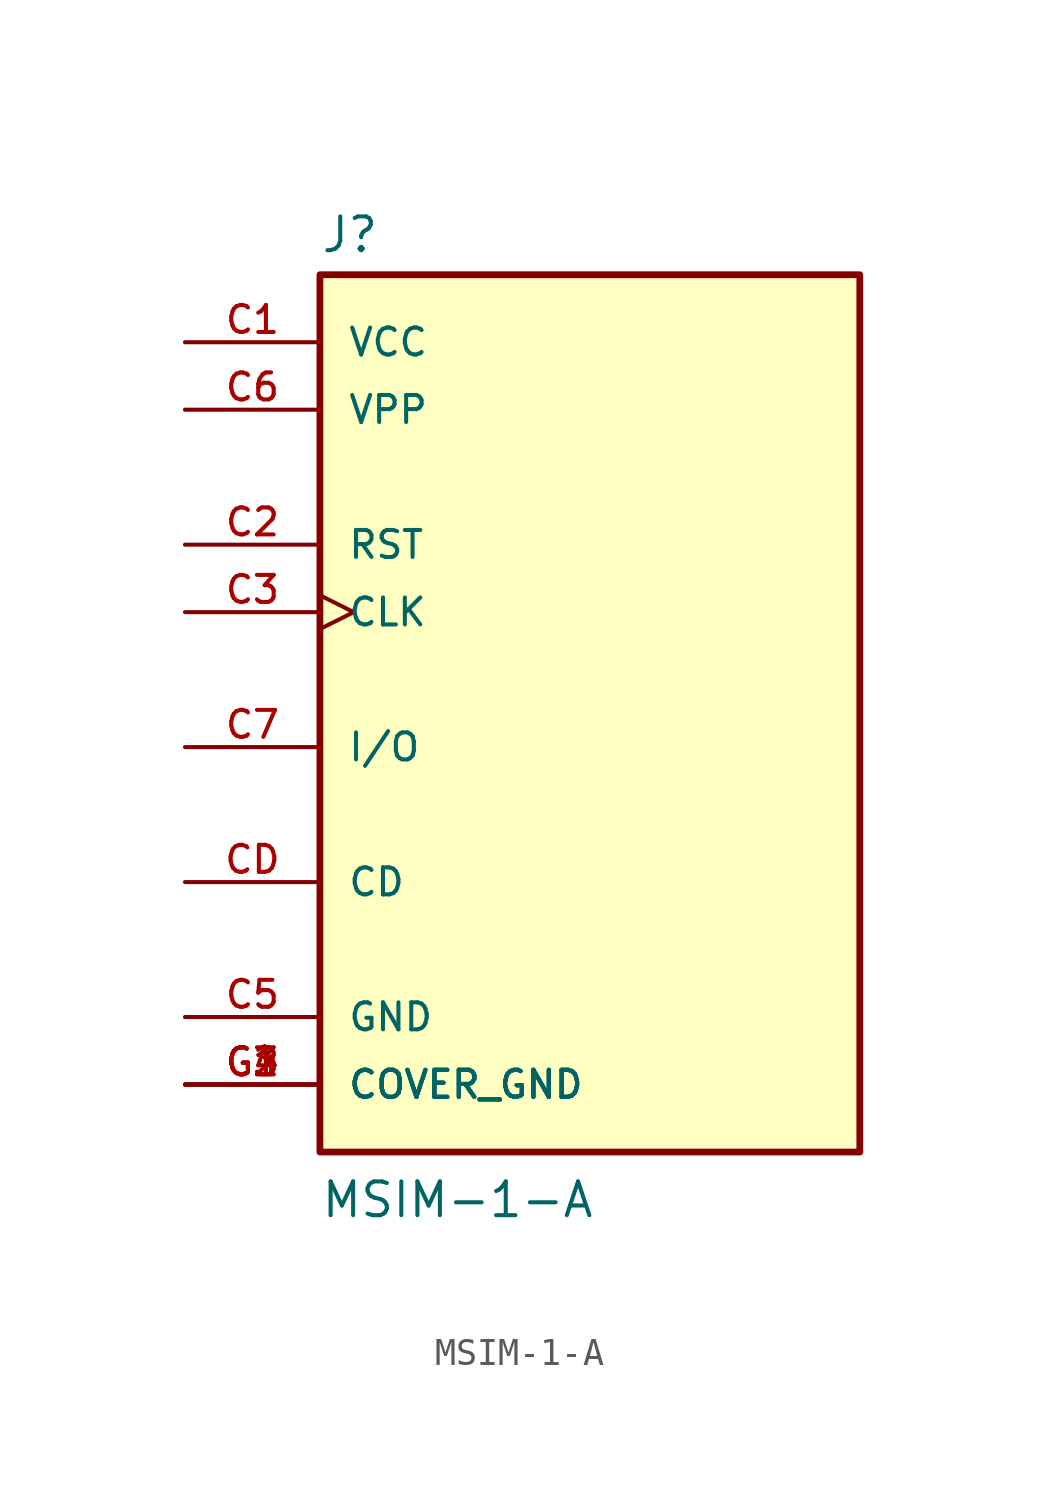
<source format=kicad_sym>
(kicad_symbol_lib
  (version 20211014)
  (generator kicad_symbol_editor)
  (symbol "MSIM-1-A"
    (pin_names
      (offset 1.016))
    (property "Reference" "J"
      (at -10.16 16.002 0)
      (effects (font (size 1.27 1.27)) (justify bottom left)))
    (property "Value" "MSIM-1-A"
      (at -10.16 -20.32 0)
      (effects (font (size 1.27 1.27)) (justify bottom left)))
    (symbol "MSIM-1-A_0_0"
      (rectangle (start -10.16 -17.78) (end 10.16 15.24) (stroke (width 0.254)) (fill (type background)))
      (pin power_in line (at -15.24 12.7 0) (length 5.08) (name "VCC" (effects (font (size 1.016 1.016)))) (number "C1" (effects (font (size 1.016 1.016)))))
      (pin input line (at -15.24 5.08 0) (length 5.08) (name "RST" (effects (font (size 1.016 1.016)))) (number "C2" (effects (font (size 1.016 1.016)))))
      (pin input clock (at -15.24 2.54 0) (length 5.08) (name "CLK" (effects (font (size 1.016 1.016)))) (number "C3" (effects (font (size 1.016 1.016)))))
      (pin power_in line (at -15.24 -12.7 0) (length 5.08) (name "GND" (effects (font (size 1.016 1.016)))) (number "C5" (effects (font (size 1.016 1.016)))))
      (pin power_in line (at -15.24 10.16 0) (length 5.08) (name "VPP" (effects (font (size 1.016 1.016)))) (number "C6" (effects (font (size 1.016 1.016)))))
      (pin bidirectional line (at -15.24 -2.54 0) (length 5.08) (name "I/O" (effects (font (size 1.016 1.016)))) (number "C7" (effects (font (size 1.016 1.016)))))
      (pin passive line (at -15.24 -7.62 0) (length 5.08) (name "CD" (effects (font (size 1.016 1.016)))) (number "CD" (effects (font (size 1.016 1.016)))))
      (pin power_in line (at -15.24 -15.24 0) (length 5.08) (name "COVER_GND" (effects (font (size 1.016 1.016)))) (number "G1" (effects (font (size 1.016 1.016)))))
      (pin power_in line (at -15.24 -15.24 0) (length 5.08) (name "COVER_GND" (effects (font (size 1.016 1.016)))) (number "G2" (effects (font (size 1.016 1.016)))))
      (pin power_in line (at -15.24 -15.24 0) (length 5.08) (name "COVER_GND" (effects (font (size 1.016 1.016)))) (number "G3" (effects (font (size 1.016 1.016)))))
      (pin power_in line (at -15.24 -15.24 0) (length 5.08) (name "COVER_GND" (effects (font (size 1.016 1.016)))) (number "G4" (effects (font (size 1.016 1.016))))))))
</source>
